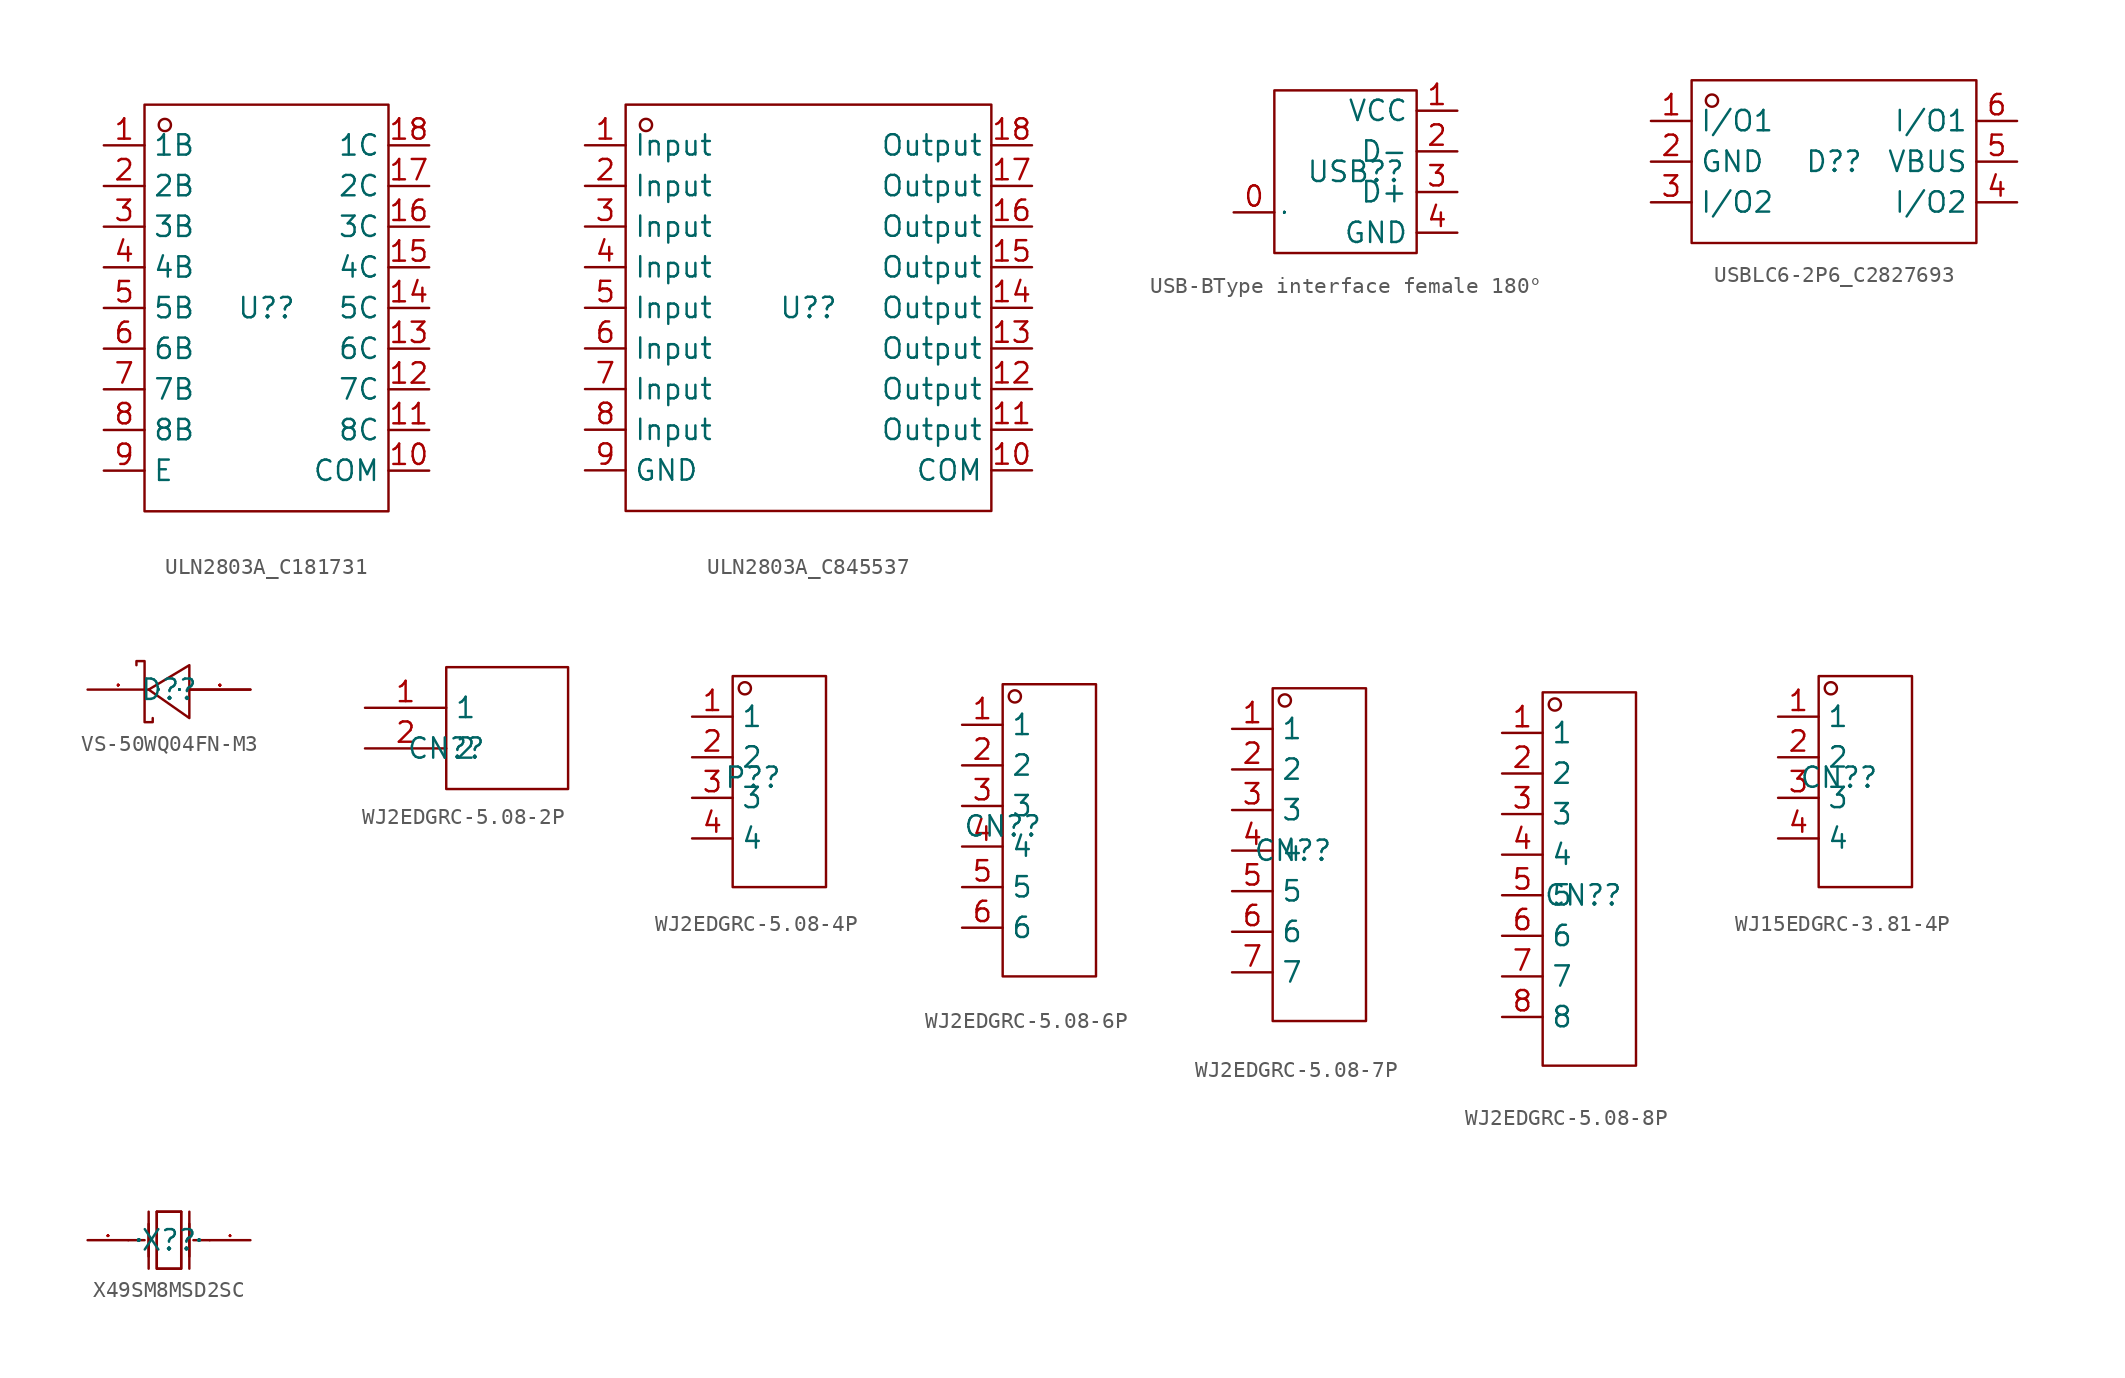
<source format=kicad_sym>
(kicad_symbol_lib
  (version 20231120)
  (generator "kicad_symbol_editor")
  (generator_version "8.0")
  (symbol "ULN2803A_C181731"
    (property "Reference" "U?"
      (at 0 0 0)
      (effects (font (size 1.27 1.27))))
    (property "Value" ""
      (at 0 0 0)
      (effects (font (size 1.27 1.27))))
    (symbol "ULN2803A_C181731_1_0"
      (rectangle (start -7.62 -12.7) (end 7.62 12.7) (stroke (width 0) (type default)) (fill (type none)))
      (circle (center -6.35 11.43) (radius 0.381) (stroke (width 0) (type default)) (fill (type none)))
      (pin input line (at -10.16 10.16 0) (length 2.54) (name "1B" (effects (font (size 1.27 1.27)))) (number "1" (effects (font (size 1.27 1.27)))))
      (pin input line (at 10.16 -10.16 180) (length 2.54) (name "COM" (effects (font (size 1.27 1.27)))) (number "10" (effects (font (size 1.27 1.27)))))
      (pin input line (at 10.16 -7.62 180) (length 2.54) (name "8C" (effects (font (size 1.27 1.27)))) (number "11" (effects (font (size 1.27 1.27)))))
      (pin input line (at 10.16 -5.08 180) (length 2.54) (name "7C" (effects (font (size 1.27 1.27)))) (number "12" (effects (font (size 1.27 1.27)))))
      (pin input line (at 10.16 -2.54 180) (length 2.54) (name "6C" (effects (font (size 1.27 1.27)))) (number "13" (effects (font (size 1.27 1.27)))))
      (pin input line (at 10.16 0 180) (length 2.54) (name "5C" (effects (font (size 1.27 1.27)))) (number "14" (effects (font (size 1.27 1.27)))))
      (pin input line (at 10.16 2.54 180) (length 2.54) (name "4C" (effects (font (size 1.27 1.27)))) (number "15" (effects (font (size 1.27 1.27)))))
      (pin input line (at 10.16 5.08 180) (length 2.54) (name "3C" (effects (font (size 1.27 1.27)))) (number "16" (effects (font (size 1.27 1.27)))))
      (pin input line (at 10.16 7.62 180) (length 2.54) (name "2C" (effects (font (size 1.27 1.27)))) (number "17" (effects (font (size 1.27 1.27)))))
      (pin input line (at 10.16 10.16 180) (length 2.54) (name "1C" (effects (font (size 1.27 1.27)))) (number "18" (effects (font (size 1.27 1.27)))))
      (pin input line (at -10.16 7.62 0) (length 2.54) (name "2B" (effects (font (size 1.27 1.27)))) (number "2" (effects (font (size 1.27 1.27)))))
      (pin input line (at -10.16 5.08 0) (length 2.54) (name "3B" (effects (font (size 1.27 1.27)))) (number "3" (effects (font (size 1.27 1.27)))))
      (pin input line (at -10.16 2.54 0) (length 2.54) (name "4B" (effects (font (size 1.27 1.27)))) (number "4" (effects (font (size 1.27 1.27)))))
      (pin input line (at -10.16 0 0) (length 2.54) (name "5B" (effects (font (size 1.27 1.27)))) (number "5" (effects (font (size 1.27 1.27)))))
      (pin input line (at -10.16 -2.54 0) (length 2.54) (name "6B" (effects (font (size 1.27 1.27)))) (number "6" (effects (font (size 1.27 1.27)))))
      (pin input line (at -10.16 -5.08 0) (length 2.54) (name "7B" (effects (font (size 1.27 1.27)))) (number "7" (effects (font (size 1.27 1.27)))))
      (pin input line (at -10.16 -7.62 0) (length 2.54) (name "8B" (effects (font (size 1.27 1.27)))) (number "8" (effects (font (size 1.27 1.27)))))
      (pin input line (at -10.16 -10.16 0) (length 2.54) (name "E" (effects (font (size 1.27 1.27)))) (number "9" (effects (font (size 1.27 1.27)))))))
  (symbol "ULN2803A_C845537"
    (property "Reference" "U?"
      (at 0 0 0)
      (effects (font (size 1.27 1.27))))
    (property "Value" ""
      (at 0 0 0)
      (effects (font (size 1.27 1.27))))
    (symbol "ULN2803A_C845537_1_0"
      (rectangle (start -11.43 -12.7) (end 11.43 12.7) (stroke (width 0) (type default)) (fill (type none)))
      (circle (center -10.16 11.43) (radius 0.381) (stroke (width 0) (type default)) (fill (type none)))
      (pin unspecified line (at -13.97 10.16 0) (length 2.54) (name "Input" (effects (font (size 1.27 1.27)))) (number "1" (effects (font (size 1.27 1.27)))))
      (pin unspecified line (at 13.97 -10.16 180) (length 2.54) (name "COM" (effects (font (size 1.27 1.27)))) (number "10" (effects (font (size 1.27 1.27)))))
      (pin unspecified line (at 13.97 -7.62 180) (length 2.54) (name "Output" (effects (font (size 1.27 1.27)))) (number "11" (effects (font (size 1.27 1.27)))))
      (pin unspecified line (at 13.97 -5.08 180) (length 2.54) (name "Output" (effects (font (size 1.27 1.27)))) (number "12" (effects (font (size 1.27 1.27)))))
      (pin unspecified line (at 13.97 -2.54 180) (length 2.54) (name "Output" (effects (font (size 1.27 1.27)))) (number "13" (effects (font (size 1.27 1.27)))))
      (pin unspecified line (at 13.97 0 180) (length 2.54) (name "Output" (effects (font (size 1.27 1.27)))) (number "14" (effects (font (size 1.27 1.27)))))
      (pin unspecified line (at 13.97 2.54 180) (length 2.54) (name "Output" (effects (font (size 1.27 1.27)))) (number "15" (effects (font (size 1.27 1.27)))))
      (pin unspecified line (at 13.97 5.08 180) (length 2.54) (name "Output" (effects (font (size 1.27 1.27)))) (number "16" (effects (font (size 1.27 1.27)))))
      (pin unspecified line (at 13.97 7.62 180) (length 2.54) (name "Output" (effects (font (size 1.27 1.27)))) (number "17" (effects (font (size 1.27 1.27)))))
      (pin unspecified line (at 13.97 10.16 180) (length 2.54) (name "Output" (effects (font (size 1.27 1.27)))) (number "18" (effects (font (size 1.27 1.27)))))
      (pin unspecified line (at -13.97 7.62 0) (length 2.54) (name "Input" (effects (font (size 1.27 1.27)))) (number "2" (effects (font (size 1.27 1.27)))))
      (pin unspecified line (at -13.97 5.08 0) (length 2.54) (name "Input" (effects (font (size 1.27 1.27)))) (number "3" (effects (font (size 1.27 1.27)))))
      (pin unspecified line (at -13.97 2.54 0) (length 2.54) (name "Input" (effects (font (size 1.27 1.27)))) (number "4" (effects (font (size 1.27 1.27)))))
      (pin unspecified line (at -13.97 0 0) (length 2.54) (name "Input" (effects (font (size 1.27 1.27)))) (number "5" (effects (font (size 1.27 1.27)))))
      (pin unspecified line (at -13.97 -2.54 0) (length 2.54) (name "Input" (effects (font (size 1.27 1.27)))) (number "6" (effects (font (size 1.27 1.27)))))
      (pin unspecified line (at -13.97 -5.08 0) (length 2.54) (name "Input" (effects (font (size 1.27 1.27)))) (number "7" (effects (font (size 1.27 1.27)))))
      (pin unspecified line (at -13.97 -7.62 0) (length 2.54) (name "Input" (effects (font (size 1.27 1.27)))) (number "8" (effects (font (size 1.27 1.27)))))
      (pin unspecified line (at -13.97 -10.16 0) (length 2.54) (name "GND" (effects (font (size 1.27 1.27)))) (number "9" (effects (font (size 1.27 1.27)))))))
  (symbol "USB-BType interface female 180°"
    (property "Reference" "USB?"
      (at 0 0 0)
      (effects (font (size 1.27 1.27))))
    (property "Value" ""
      (at 0 0 0)
      (effects (font (size 1.27 1.27))))
    (symbol "USB-BType interface female 180°_1_0"
      (rectangle (start -5.08 -5.08) (end 3.81 5.08) (stroke (width 0) (type default)) (fill (type none)))
      (pin input line (at -7.62 -2.54 0) (length 2.54) (name "0" (effects (font (size 0.025 0.025)))) (number "0" (effects (font (size 1.27 1.27)))))
      (pin input line (at 6.35 3.81 180) (length 2.54) (name "VCC" (effects (font (size 1.27 1.27)))) (number "1" (effects (font (size 1.27 1.27)))))
      (pin input line (at 6.35 1.27 180) (length 2.54) (name "D-" (effects (font (size 1.27 1.27)))) (number "2" (effects (font (size 1.27 1.27)))))
      (pin input line (at 6.35 -1.27 180) (length 2.54) (name "D+" (effects (font (size 1.27 1.27)))) (number "3" (effects (font (size 1.27 1.27)))))
      (pin input line (at 6.35 -3.81 180) (length 2.54) (name "GND" (effects (font (size 1.27 1.27)))) (number "4" (effects (font (size 1.27 1.27)))))))
  (symbol "USBLC6-2P6_C2827693"
    (property "Reference" "D?"
      (at 0 0 0)
      (effects (font (size 1.27 1.27))))
    (property "Value" ""
      (at 0 0 0)
      (effects (font (size 1.27 1.27))))
    (symbol "USBLC6-2P6_C2827693_1_0"
      (rectangle (start -8.89 -5.08) (end 8.89 5.08) (stroke (width 0) (type default)) (fill (type none)))
      (circle (center -7.62 3.81) (radius 0.381) (stroke (width 0) (type default)) (fill (type none)))
      (pin input line (at -11.43 2.54 0) (length 2.54) (name "I/O1" (effects (font (size 1.27 1.27)))) (number "1" (effects (font (size 1.27 1.27)))))
      (pin input line (at -11.43 0 0) (length 2.54) (name "GND" (effects (font (size 1.27 1.27)))) (number "2" (effects (font (size 1.27 1.27)))))
      (pin input line (at -11.43 -2.54 0) (length 2.54) (name "I/O2" (effects (font (size 1.27 1.27)))) (number "3" (effects (font (size 1.27 1.27)))))
      (pin input line (at 11.43 -2.54 180) (length 2.54) (name "I/O2" (effects (font (size 1.27 1.27)))) (number "4" (effects (font (size 1.27 1.27)))))
      (pin input line (at 11.43 0 180) (length 2.54) (name "VBUS" (effects (font (size 1.27 1.27)))) (number "5" (effects (font (size 1.27 1.27)))))
      (pin input line (at 11.43 2.54 180) (length 2.54) (name "I/O1" (effects (font (size 1.27 1.27)))) (number "6" (effects (font (size 1.27 1.27)))))))
  (symbol "VS-50WQ04FN-M3"
    (property "Reference" "D?"
      (at 0 0 0)
      (effects (font (size 1.27 1.27))))
    (property "Value" ""
      (at 0 0 0)
      (effects (font (size 1.27 1.27))))
    (symbol "VS-50WQ04FN-M3_1_0"
      (polyline (pts (xy 1.27 1.524) (xy -1.27 0) (xy -1.27 0) (xy 1.27 -1.778) (xy 1.27 -1.778) (xy 1.27 1.524)) (stroke (width 0) (type default)) (fill (type none)))
      (polyline (pts (xy -2.032 1.524) (xy -2.032 1.778) (xy -2.032 1.778) (xy -1.524 1.778) (xy -1.524 1.778) (xy -1.524 -2.032) (xy -1.524 -2.032) (xy -1.016 -2.032) (xy -1.016 -2.032) (xy -1.016 -1.778)) (stroke (width 0) (type default)) (fill (type none)))
      (pin input line (at 5.08 0 180) (length 3.81) (name "A" (effects (font (size 0.025 0.025)))) (number "1" (effects (font (size 0.025 0.025)))))
      (pin input line (at -5.08 0 0) (length 3.81) (name "K" (effects (font (size 0.025 0.025)))) (number "2" (effects (font (size 0.025 0.025)))))
      (pin input line (at 5.08 0 180) (length 3.81) (name "A" (effects (font (size 0.025 0.025)))) (number "3" (effects (font (size 0.025 0.025)))))))
  (symbol "WJ2EDGRC-5.08-2P"
    (property "Reference" "CN?"
      (at 0 0 0)
      (effects (font (size 1.27 1.27))))
    (property "Value" ""
      (at 0 0 0)
      (effects (font (size 1.27 1.27))))
    (symbol "WJ2EDGRC-5.08-2P_1_0"
      (rectangle (start 0 -2.54) (end 7.62 5.08) (stroke (width 0) (type default)) (fill (type none)))
      (pin input line (at -5.08 2.54 0) (length 5.08) (name "1" (effects (font (size 1.27 1.27)))) (number "1" (effects (font (size 1.27 1.27)))))
      (pin input line (at -5.08 0 0) (length 5.08) (name "2" (effects (font (size 1.27 1.27)))) (number "2" (effects (font (size 1.27 1.27)))))))
  (symbol "WJ2EDGRC-5.08-4P"
    (property "Reference" "P?"
      (at 0 0 0)
      (effects (font (size 1.27 1.27))))
    (property "Value" ""
      (at 0 0 0)
      (effects (font (size 1.27 1.27))))
    (symbol "WJ2EDGRC-5.08-4P_1_0"
      (rectangle (start -1.27 -6.858) (end 4.572 6.35) (stroke (width 0) (type default)) (fill (type none)))
      (circle (center -0.508 5.588) (radius 0.381) (stroke (width 0) (type default)) (fill (type none)))
      (pin input line (at -3.81 3.81 0) (length 2.54) (name "1" (effects (font (size 1.27 1.27)))) (number "1" (effects (font (size 1.27 1.27)))))
      (pin input line (at -3.81 1.27 0) (length 2.54) (name "2" (effects (font (size 1.27 1.27)))) (number "2" (effects (font (size 1.27 1.27)))))
      (pin input line (at -3.81 -1.27 0) (length 2.54) (name "3" (effects (font (size 1.27 1.27)))) (number "3" (effects (font (size 1.27 1.27)))))
      (pin input line (at -3.81 -3.81 0) (length 2.54) (name "4" (effects (font (size 1.27 1.27)))) (number "4" (effects (font (size 1.27 1.27)))))))
  (symbol "WJ2EDGRC-5.08-6P"
    (property "Reference" "CN?"
      (at 0 0 0)
      (effects (font (size 1.27 1.27))))
    (property "Value" ""
      (at 0 0 0)
      (effects (font (size 1.27 1.27))))
    (symbol "WJ2EDGRC-5.08-6P_1_0"
      (rectangle (start 0 -9.398) (end 5.842 8.89) (stroke (width 0) (type default)) (fill (type none)))
      (circle (center 0.762 8.128) (radius 0.381) (stroke (width 0) (type default)) (fill (type none)))
      (pin input line (at -2.54 6.35 0) (length 2.54) (name "1" (effects (font (size 1.27 1.27)))) (number "1" (effects (font (size 1.27 1.27)))))
      (pin input line (at -2.54 3.81 0) (length 2.54) (name "2" (effects (font (size 1.27 1.27)))) (number "2" (effects (font (size 1.27 1.27)))))
      (pin input line (at -2.54 1.27 0) (length 2.54) (name "3" (effects (font (size 1.27 1.27)))) (number "3" (effects (font (size 1.27 1.27)))))
      (pin input line (at -2.54 -1.27 0) (length 2.54) (name "4" (effects (font (size 1.27 1.27)))) (number "4" (effects (font (size 1.27 1.27)))))
      (pin input line (at -2.54 -3.81 0) (length 2.54) (name "5" (effects (font (size 1.27 1.27)))) (number "5" (effects (font (size 1.27 1.27)))))
      (pin input line (at -2.54 -6.35 0) (length 2.54) (name "6" (effects (font (size 1.27 1.27)))) (number "6" (effects (font (size 1.27 1.27)))))))
  (symbol "WJ2EDGRC-5.08-7P"
    (property "Reference" "CN?"
      (at 0 0 0)
      (effects (font (size 1.27 1.27))))
    (property "Value" ""
      (at 0 0 0)
      (effects (font (size 1.27 1.27))))
    (symbol "WJ2EDGRC-5.08-7P_1_0"
      (rectangle (start -1.27 -10.668) (end 4.572 10.16) (stroke (width 0) (type default)) (fill (type none)))
      (circle (center -0.508 9.398) (radius 0.381) (stroke (width 0) (type default)) (fill (type none)))
      (pin input line (at -3.81 7.62 0) (length 2.54) (name "1" (effects (font (size 1.27 1.27)))) (number "1" (effects (font (size 1.27 1.27)))))
      (pin input line (at -3.81 5.08 0) (length 2.54) (name "2" (effects (font (size 1.27 1.27)))) (number "2" (effects (font (size 1.27 1.27)))))
      (pin input line (at -3.81 2.54 0) (length 2.54) (name "3" (effects (font (size 1.27 1.27)))) (number "3" (effects (font (size 1.27 1.27)))))
      (pin input line (at -3.81 0 0) (length 2.54) (name "4" (effects (font (size 1.27 1.27)))) (number "4" (effects (font (size 1.27 1.27)))))
      (pin input line (at -3.81 -2.54 0) (length 2.54) (name "5" (effects (font (size 1.27 1.27)))) (number "5" (effects (font (size 1.27 1.27)))))
      (pin input line (at -3.81 -5.08 0) (length 2.54) (name "6" (effects (font (size 1.27 1.27)))) (number "6" (effects (font (size 1.27 1.27)))))
      (pin input line (at -3.81 -7.62 0) (length 2.54) (name "7" (effects (font (size 1.27 1.27)))) (number "7" (effects (font (size 1.27 1.27)))))))
  (symbol "WJ2EDGRC-5.08-8P"
    (property "Reference" "CN?"
      (at 0 0 0)
      (effects (font (size 1.27 1.27))))
    (property "Value" ""
      (at 0 0 0)
      (effects (font (size 1.27 1.27))))
    (symbol "WJ2EDGRC-5.08-8P_1_0"
      (rectangle (start -2.54 -10.668) (end 3.302 12.7) (stroke (width 0) (type default)) (fill (type none)))
      (circle (center -1.778 11.938) (radius 0.381) (stroke (width 0) (type default)) (fill (type none)))
      (pin input line (at -5.08 10.16 0) (length 2.54) (name "1" (effects (font (size 1.27 1.27)))) (number "1" (effects (font (size 1.27 1.27)))))
      (pin input line (at -5.08 7.62 0) (length 2.54) (name "2" (effects (font (size 1.27 1.27)))) (number "2" (effects (font (size 1.27 1.27)))))
      (pin input line (at -5.08 5.08 0) (length 2.54) (name "3" (effects (font (size 1.27 1.27)))) (number "3" (effects (font (size 1.27 1.27)))))
      (pin input line (at -5.08 2.54 0) (length 2.54) (name "4" (effects (font (size 1.27 1.27)))) (number "4" (effects (font (size 1.27 1.27)))))
      (pin input line (at -5.08 0 0) (length 2.54) (name "5" (effects (font (size 1.27 1.27)))) (number "5" (effects (font (size 1.27 1.27)))))
      (pin input line (at -5.08 -2.54 0) (length 2.54) (name "6" (effects (font (size 1.27 1.27)))) (number "6" (effects (font (size 1.27 1.27)))))
      (pin input line (at -5.08 -5.08 0) (length 2.54) (name "7" (effects (font (size 1.27 1.27)))) (number "7" (effects (font (size 1.27 1.27)))))
      (pin input line (at -5.08 -7.62 0) (length 2.54) (name "8" (effects (font (size 1.27 1.27)))) (number "8" (effects (font (size 1.27 1.27)))))))
  (symbol "WJ15EDGRC-3.81-4P"
    (property "Reference" "CN?"
      (at 0 0 0)
      (effects (font (size 1.27 1.27))))
    (property "Value" ""
      (at 0 0 0)
      (effects (font (size 1.27 1.27))))
    (symbol "WJ15EDGRC-3.81-4P_1_0"
      (rectangle (start -1.27 -6.858) (end 4.572 6.35) (stroke (width 0) (type default)) (fill (type none)))
      (circle (center -0.508 5.588) (radius 0.381) (stroke (width 0) (type default)) (fill (type none)))
      (pin input line (at -3.81 3.81 0) (length 2.54) (name "1" (effects (font (size 1.27 1.27)))) (number "1" (effects (font (size 1.27 1.27)))))
      (pin input line (at -3.81 1.27 0) (length 2.54) (name "2" (effects (font (size 1.27 1.27)))) (number "2" (effects (font (size 1.27 1.27)))))
      (pin input line (at -3.81 -1.27 0) (length 2.54) (name "3" (effects (font (size 1.27 1.27)))) (number "3" (effects (font (size 1.27 1.27)))))
      (pin input line (at -3.81 -3.81 0) (length 2.54) (name "4" (effects (font (size 1.27 1.27)))) (number "4" (effects (font (size 1.27 1.27)))))))
  (symbol "X49SM8MSD2SC"
    (property "Reference" "X?"
      (at 0 0 0)
      (effects (font (size 1.27 1.27))))
    (property "Value" ""
      (at 0 0 0)
      (effects (font (size 1.27 1.27))))
    (symbol "X49SM8MSD2SC_1_0"
      (polyline (pts (xy -2.54 0) (xy -1.524 0)) (stroke (width 0) (type default)) (fill (type none)))
      (polyline (pts (xy -1.27 1.016) (xy -1.27 -1.016)) (stroke (width 0) (type default)) (fill (type none)))
      (polyline (pts (xy -1.27 1.778) (xy -1.27 -1.778)) (stroke (width 0) (type default)) (fill (type none)))
      (polyline (pts (xy -0.762 1.778) (xy 0.762 1.778)) (stroke (width 0) (type default)) (fill (type none)))
      (polyline (pts (xy 1.27 1.016) (xy 1.27 -1.016)) (stroke (width 0) (type default)) (fill (type none)))
      (polyline (pts (xy 1.27 1.778) (xy 1.27 -1.778)) (stroke (width 0) (type default)) (fill (type none)))
      (polyline (pts (xy 2.54 0) (xy 1.524 0)) (stroke (width 0) (type default)) (fill (type none)))
      (polyline (pts (xy 0.762 1.778) (xy 0.762 -1.778) (xy 0.762 -1.778) (xy -0.762 -1.778) (xy -0.762 -1.778) (xy -0.762 1.778)) (stroke (width 0) (type default)) (fill (type none)))
      (polyline (pts (xy -0.762 -1.778) (xy -0.762 1.778) (xy -0.762 1.778) (xy 0.762 1.778) (xy 0.762 1.778) (xy 0.762 -1.778) (xy 0.762 -1.778) (xy -0.762 -1.778)) (stroke (width 0) (type default)) (fill (type none)))
      (pin input line (at 5.08 0 180) (length 2.54) (name "OSC1" (effects (font (size 0.025 0.025)))) (number "1" (effects (font (size 0.025 0.025)))))
      (pin input line (at -5.08 0 0) (length 2.54) (name "OSC2" (effects (font (size 0.025 0.025)))) (number "2" (effects (font (size 0.025 0.025))))))))
</source>
